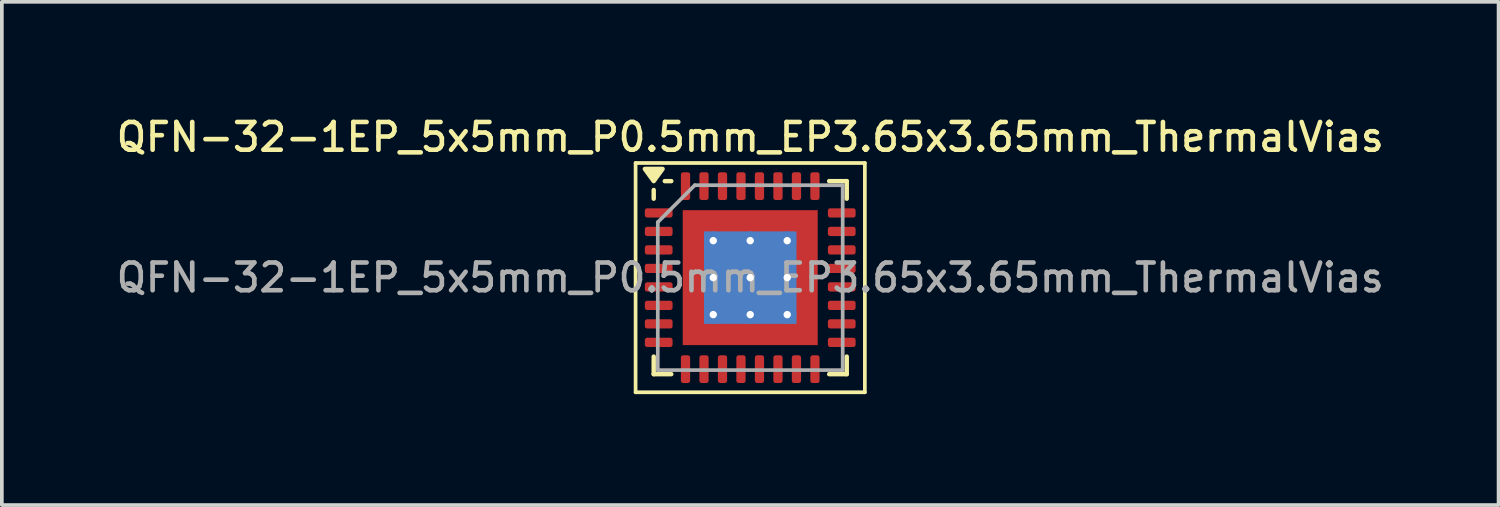
<source format=kicad_pcb>
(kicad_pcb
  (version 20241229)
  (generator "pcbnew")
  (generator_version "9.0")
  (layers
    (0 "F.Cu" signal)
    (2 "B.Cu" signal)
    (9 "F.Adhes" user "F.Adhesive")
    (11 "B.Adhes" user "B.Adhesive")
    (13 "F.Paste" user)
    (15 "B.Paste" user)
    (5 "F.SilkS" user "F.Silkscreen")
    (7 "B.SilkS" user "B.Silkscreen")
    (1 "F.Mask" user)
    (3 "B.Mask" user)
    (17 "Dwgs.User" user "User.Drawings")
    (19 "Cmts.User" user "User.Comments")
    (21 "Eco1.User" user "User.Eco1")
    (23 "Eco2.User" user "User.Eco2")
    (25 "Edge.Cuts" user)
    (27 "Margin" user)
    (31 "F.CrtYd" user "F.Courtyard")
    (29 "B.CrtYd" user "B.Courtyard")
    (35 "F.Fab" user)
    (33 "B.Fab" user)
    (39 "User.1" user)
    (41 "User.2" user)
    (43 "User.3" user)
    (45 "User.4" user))
  (footprint "QFN-32-1EP_5x5mm_P0.5mm_EP3.65x3.65mm_ThermalVias"
    (layer "F.Cu")
    (at 17.238 4.458)
    (property "Reference" "QFN-32-1EP_5x5mm_P0.5mm_EP3.65x3.65mm_ThermalVias" (at 0 -3.8 0) (layer "F.SilkS") (effects (font (size 0.75 0.75) (thickness 0.125))))
    (attr smd)
    (fp_line (start -3.1 -3.1) (end -3.1 3.1) (stroke (width 0.1) (type solid)) (layer "F.SilkS"))
    (fp_line (start -3.1 3.1) (end 3.1 3.1) (stroke (width 0.1) (type solid)) (layer "F.SilkS"))
    (fp_line (start -2.61 -2.135) (end -2.61 -2.37) (stroke (width 0.12) (type solid)) (layer "F.SilkS"))
    (fp_line (start -2.61 2.61) (end -2.61 2.135) (stroke (width 0.12) (type solid)) (layer "F.SilkS"))
    (fp_line (start -2.135 -2.61) (end -2.31 -2.61) (stroke (width 0.12) (type solid)) (layer "F.SilkS"))
    (fp_line (start -2.135 2.61) (end -2.61 2.61) (stroke (width 0.12) (type solid)) (layer "F.SilkS"))
    (fp_line (start 2.135 -2.61) (end 2.61 -2.61) (stroke (width 0.12) (type solid)) (layer "F.SilkS"))
    (fp_line (start 2.135 2.61) (end 2.61 2.61) (stroke (width 0.12) (type solid)) (layer "F.SilkS"))
    (fp_line (start 2.61 -2.61) (end 2.61 -2.135) (stroke (width 0.12) (type solid)) (layer "F.SilkS"))
    (fp_line (start 2.61 2.61) (end 2.61 2.135) (stroke (width 0.12) (type solid)) (layer "F.SilkS"))
    (fp_line (start 3.1 -3.1) (end -3.1 -3.1) (stroke (width 0.1) (type solid)) (layer "F.SilkS"))
    (fp_line (start 3.1 3.1) (end 3.1 -3.1) (stroke (width 0.1) (type solid)) (layer "F.SilkS"))
    (fp_poly (pts (xy -2.61 -2.61) (xy -2.85 -2.94) (xy -2.37 -2.94) (xy -2.61 -2.61)) (stroke (width 0.12) (type solid)) (fill yes) (layer "F.SilkS"))
    (fp_line (start -2.5 -1.5) (end -1.5 -2.5) (stroke (width 0.1) (type solid)) (layer "F.Fab"))
    (fp_line (start -2.5 2.5) (end -2.5 -1.5) (stroke (width 0.1) (type solid)) (layer "F.Fab"))
    (fp_line (start -1.5 -2.5) (end 2.5 -2.5) (stroke (width 0.1) (type solid)) (layer "F.Fab"))
    (fp_line (start 2.5 -2.5) (end 2.5 2.5) (stroke (width 0.1) (type solid)) (layer "F.Fab"))
    (fp_line (start 2.5 2.5) (end -2.5 2.5) (stroke (width 0.1) (type solid)) (layer "F.Fab"))
    (fp_text user "${REFERENCE}" (at 0 0 0) (layer "F.Fab") (effects (font (size 0.75 0.75) (thickness 0.125))))
    (pad "" smd custom (at -1.413 -1.413) (size 0.578 0.578) (layers "F.Paste") (options (anchor circle)) (primitives (gr_poly (pts (xy -0.246 -0.246) (xy 0.246 -0.246) (xy 0.246 0.174) (xy 0.174 0.246) (xy -0.246 0.246)) (width 0.174) (fill yes))))
    (pad "" smd custom (at -1.413 -0.5) (size 0.59 0.59) (layers "F.Paste") (options (anchor circle)) (primitives (gr_poly (pts (xy -0.258 -0.328) (xy 0.195 -0.328) (xy 0.258 -0.266) (xy 0.258 0.266) (xy 0.195 0.328) (xy -0.258 0.328)) (width 0.15) (fill yes))))
    (pad "" smd custom (at -1.413 0.5) (size 0.59 0.59) (layers "F.Paste") (options (anchor circle)) (primitives (gr_poly (pts (xy -0.258 -0.328) (xy 0.195 -0.328) (xy 0.258 -0.266) (xy 0.258 0.266) (xy 0.195 0.328) (xy -0.258 0.328)) (width 0.15) (fill yes))))
    (pad "" smd custom (at -1.413 1.413) (size 0.578 0.578) (layers "F.Paste") (options (anchor circle)) (primitives (gr_poly (pts (xy -0.246 -0.246) (xy 0.174 -0.246) (xy 0.246 -0.174) (xy 0.246 0.246) (xy -0.246 0.246)) (width 0.174) (fill yes))))
    (pad "" smd custom (at -0.5 -1.413) (size 0.59 0.59) (layers "F.Paste") (options (anchor circle)) (primitives (gr_poly (pts (xy -0.328 -0.258) (xy 0.328 -0.258) (xy 0.328 0.195) (xy 0.266 0.258) (xy -0.266 0.258) (xy -0.328 0.195)) (width 0.15) (fill yes))))
    (pad "" smd roundrect (at -0.5 -0.5) (size 0.806 0.806) (layers "F.Paste") (roundrect_rratio 0.25))
    (pad "" smd roundrect (at -0.5 0.5) (size 0.806 0.806) (layers "F.Paste") (roundrect_rratio 0.25))
    (pad "" smd custom (at -0.5 1.413) (size 0.59 0.59) (layers "F.Paste") (options (anchor circle)) (primitives (gr_poly (pts (xy -0.328 -0.195) (xy -0.266 -0.258) (xy 0.266 -0.258) (xy 0.328 -0.195) (xy 0.328 0.258) (xy -0.328 0.258)) (width 0.15) (fill yes))))
    (pad "" smd custom (at 0.5 -1.413) (size 0.59 0.59) (layers "F.Paste") (options (anchor circle)) (primitives (gr_poly (pts (xy -0.328 -0.258) (xy 0.328 -0.258) (xy 0.328 0.195) (xy 0.266 0.258) (xy -0.266 0.258) (xy -0.328 0.195)) (width 0.15) (fill yes))))
    (pad "" smd roundrect (at 0.5 -0.5) (size 0.806 0.806) (layers "F.Paste") (roundrect_rratio 0.25))
    (pad "" smd roundrect (at 0.5 0.5) (size 0.806 0.806) (layers "F.Paste") (roundrect_rratio 0.25))
    (pad "" smd custom (at 0.5 1.413) (size 0.59 0.59) (layers "F.Paste") (options (anchor circle)) (primitives (gr_poly (pts (xy -0.328 -0.195) (xy -0.266 -0.258) (xy 0.266 -0.258) (xy 0.328 -0.195) (xy 0.328 0.258) (xy -0.328 0.258)) (width 0.15) (fill yes))))
    (pad "" smd custom (at 1.413 -1.413) (size 0.578 0.578) (layers "F.Paste") (options (anchor circle)) (primitives (gr_poly (pts (xy -0.246 -0.246) (xy 0.246 -0.246) (xy 0.246 0.246) (xy -0.174 0.246) (xy -0.246 0.174)) (width 0.174) (fill yes))))
    (pad "" smd custom (at 1.413 -0.5) (size 0.59 0.59) (layers "F.Paste") (options (anchor circle)) (primitives (gr_poly (pts (xy -0.258 -0.266) (xy -0.195 -0.328) (xy 0.258 -0.328) (xy 0.258 0.328) (xy -0.195 0.328) (xy -0.258 0.266)) (width 0.15) (fill yes))))
    (pad "" smd custom (at 1.413 0.5) (size 0.59 0.59) (layers "F.Paste") (options (anchor circle)) (primitives (gr_poly (pts (xy -0.258 -0.266) (xy -0.195 -0.328) (xy 0.258 -0.328) (xy 0.258 0.328) (xy -0.195 0.328) (xy -0.258 0.266)) (width 0.15) (fill yes))))
    (pad "" smd custom (at 1.413 1.413) (size 0.578 0.578) (layers "F.Paste") (options (anchor circle)) (primitives (gr_poly (pts (xy -0.246 -0.174) (xy -0.174 -0.246) (xy 0.246 -0.246) (xy 0.246 0.246) (xy -0.246 0.246)) (width 0.174) (fill yes))))
    (pad "1" smd roundrect (at -2.475 -1.75) (size 0.75 0.25) (layers "F.Cu" "F.Mask" "F.Paste") (roundrect_rratio 0.25))
    (pad "2" smd roundrect (at -2.475 -1.25) (size 0.75 0.25) (layers "F.Cu" "F.Mask" "F.Paste") (roundrect_rratio 0.25))
    (pad "3" smd roundrect (at -2.475 -0.75) (size 0.75 0.25) (layers "F.Cu" "F.Mask" "F.Paste") (roundrect_rratio 0.25))
    (pad "4" smd roundrect (at -2.475 -0.25) (size 0.75 0.25) (layers "F.Cu" "F.Mask" "F.Paste") (roundrect_rratio 0.25))
    (pad "5" smd roundrect (at -2.475 0.25) (size 0.75 0.25) (layers "F.Cu" "F.Mask" "F.Paste") (roundrect_rratio 0.25))
    (pad "6" smd roundrect (at -2.475 0.75) (size 0.75 0.25) (layers "F.Cu" "F.Mask" "F.Paste") (roundrect_rratio 0.25))
    (pad "7" smd roundrect (at -2.475 1.25) (size 0.75 0.25) (layers "F.Cu" "F.Mask" "F.Paste") (roundrect_rratio 0.25))
    (pad "8" smd roundrect (at -2.475 1.75) (size 0.75 0.25) (layers "F.Cu" "F.Mask" "F.Paste") (roundrect_rratio 0.25))
    (pad "9" smd roundrect (at -1.75 2.475) (size 0.25 0.75) (layers "F.Cu" "F.Mask" "F.Paste") (roundrect_rratio 0.25))
    (pad "10" smd roundrect (at -1.25 2.475) (size 0.25 0.75) (layers "F.Cu" "F.Mask" "F.Paste") (roundrect_rratio 0.25))
    (pad "11" smd roundrect (at -0.75 2.475) (size 0.25 0.75) (layers "F.Cu" "F.Mask" "F.Paste") (roundrect_rratio 0.25))
    (pad "12" smd roundrect (at -0.25 2.475) (size 0.25 0.75) (layers "F.Cu" "F.Mask" "F.Paste") (roundrect_rratio 0.25))
    (pad "13" smd roundrect (at 0.25 2.475) (size 0.25 0.75) (layers "F.Cu" "F.Mask" "F.Paste") (roundrect_rratio 0.25))
    (pad "14" smd roundrect (at 0.75 2.475) (size 0.25 0.75) (layers "F.Cu" "F.Mask" "F.Paste") (roundrect_rratio 0.25))
    (pad "15" smd roundrect (at 1.25 2.475) (size 0.25 0.75) (layers "F.Cu" "F.Mask" "F.Paste") (roundrect_rratio 0.25))
    (pad "16" smd roundrect (at 1.75 2.475) (size 0.25 0.75) (layers "F.Cu" "F.Mask" "F.Paste") (roundrect_rratio 0.25))
    (pad "17" smd roundrect (at 2.475 1.75) (size 0.75 0.25) (layers "F.Cu" "F.Mask" "F.Paste") (roundrect_rratio 0.25))
    (pad "18" smd roundrect (at 2.475 1.25) (size 0.75 0.25) (layers "F.Cu" "F.Mask" "F.Paste") (roundrect_rratio 0.25))
    (pad "19" smd roundrect (at 2.475 0.75) (size 0.75 0.25) (layers "F.Cu" "F.Mask" "F.Paste") (roundrect_rratio 0.25))
    (pad "20" smd roundrect (at 2.475 0.25) (size 0.75 0.25) (layers "F.Cu" "F.Mask" "F.Paste") (roundrect_rratio 0.25))
    (pad "21" smd roundrect (at 2.475 -0.25) (size 0.75 0.25) (layers "F.Cu" "F.Mask" "F.Paste") (roundrect_rratio 0.25))
    (pad "22" smd roundrect (at 2.475 -0.75) (size 0.75 0.25) (layers "F.Cu" "F.Mask" "F.Paste") (roundrect_rratio 0.25))
    (pad "23" smd roundrect (at 2.475 -1.25) (size 0.75 0.25) (layers "F.Cu" "F.Mask" "F.Paste") (roundrect_rratio 0.25))
    (pad "24" smd roundrect (at 2.475 -1.75) (size 0.75 0.25) (layers "F.Cu" "F.Mask" "F.Paste") (roundrect_rratio 0.25))
    (pad "25" smd roundrect (at 1.75 -2.475) (size 0.25 0.75) (layers "F.Cu" "F.Mask" "F.Paste") (roundrect_rratio 0.25))
    (pad "26" smd roundrect (at 1.25 -2.475) (size 0.25 0.75) (layers "F.Cu" "F.Mask" "F.Paste") (roundrect_rratio 0.25))
    (pad "27" smd roundrect (at 0.75 -2.475) (size 0.25 0.75) (layers "F.Cu" "F.Mask" "F.Paste") (roundrect_rratio 0.25))
    (pad "28" smd roundrect (at 0.25 -2.475) (size 0.25 0.75) (layers "F.Cu" "F.Mask" "F.Paste") (roundrect_rratio 0.25))
    (pad "29" smd roundrect (at -0.25 -2.475) (size 0.25 0.75) (layers "F.Cu" "F.Mask" "F.Paste") (roundrect_rratio 0.25))
    (pad "30" smd roundrect (at -0.75 -2.475) (size 0.25 0.75) (layers "F.Cu" "F.Mask" "F.Paste") (roundrect_rratio 0.25))
    (pad "31" smd roundrect (at -1.25 -2.475) (size 0.25 0.75) (layers "F.Cu" "F.Mask" "F.Paste") (roundrect_rratio 0.25))
    (pad "32" smd roundrect (at -1.75 -2.475) (size 0.25 0.75) (layers "F.Cu" "F.Mask" "F.Paste") (roundrect_rratio 0.25))
    (pad "33" thru_hole circle (at -1 -1) (size 0.5 0.5) (drill 0.2) (property pad_prop_heatsink) (layers "*.Cu"))
    (pad "33" thru_hole circle (at -1 0) (size 0.5 0.5) (drill 0.2) (property pad_prop_heatsink) (layers "*.Cu"))
    (pad "33" thru_hole circle (at -1 1) (size 0.5 0.5) (drill 0.2) (property pad_prop_heatsink) (layers "*.Cu"))
    (pad "33" thru_hole circle (at 0 -1) (size 0.5 0.5) (drill 0.2) (property pad_prop_heatsink) (layers "*.Cu"))
    (pad "33" thru_hole circle (at 0 0) (size 0.5 0.5) (drill 0.2) (property pad_prop_heatsink) (layers "*.Cu"))
    (pad "33" smd rect (at 0 0) (size 2.5 2.5) (property pad_prop_heatsink) (layers "B.Cu"))
    (pad "33" smd rect (at 0 0) (size 3.65 3.65) (property pad_prop_heatsink) (layers "F.Cu" "F.Mask"))
    (pad "33" thru_hole circle (at 0 1) (size 0.5 0.5) (drill 0.2) (property pad_prop_heatsink) (layers "*.Cu"))
    (pad "33" thru_hole circle (at 1 -1) (size 0.5 0.5) (drill 0.2) (property pad_prop_heatsink) (layers "*.Cu"))
    (pad "33" thru_hole circle (at 1 0) (size 0.5 0.5) (drill 0.2) (property pad_prop_heatsink) (layers "*.Cu"))
    (pad "33" thru_hole circle (at 1 1) (size 0.5 0.5) (drill 0.2) (property pad_prop_heatsink) (layers "*.Cu")))
  (gr_rect
    (start -3 -3)
    (end 37.475 10.608)
    (stroke (width 0.1) (type default))
    (fill no)
    (layer "Edge.Cuts")))
</source>
